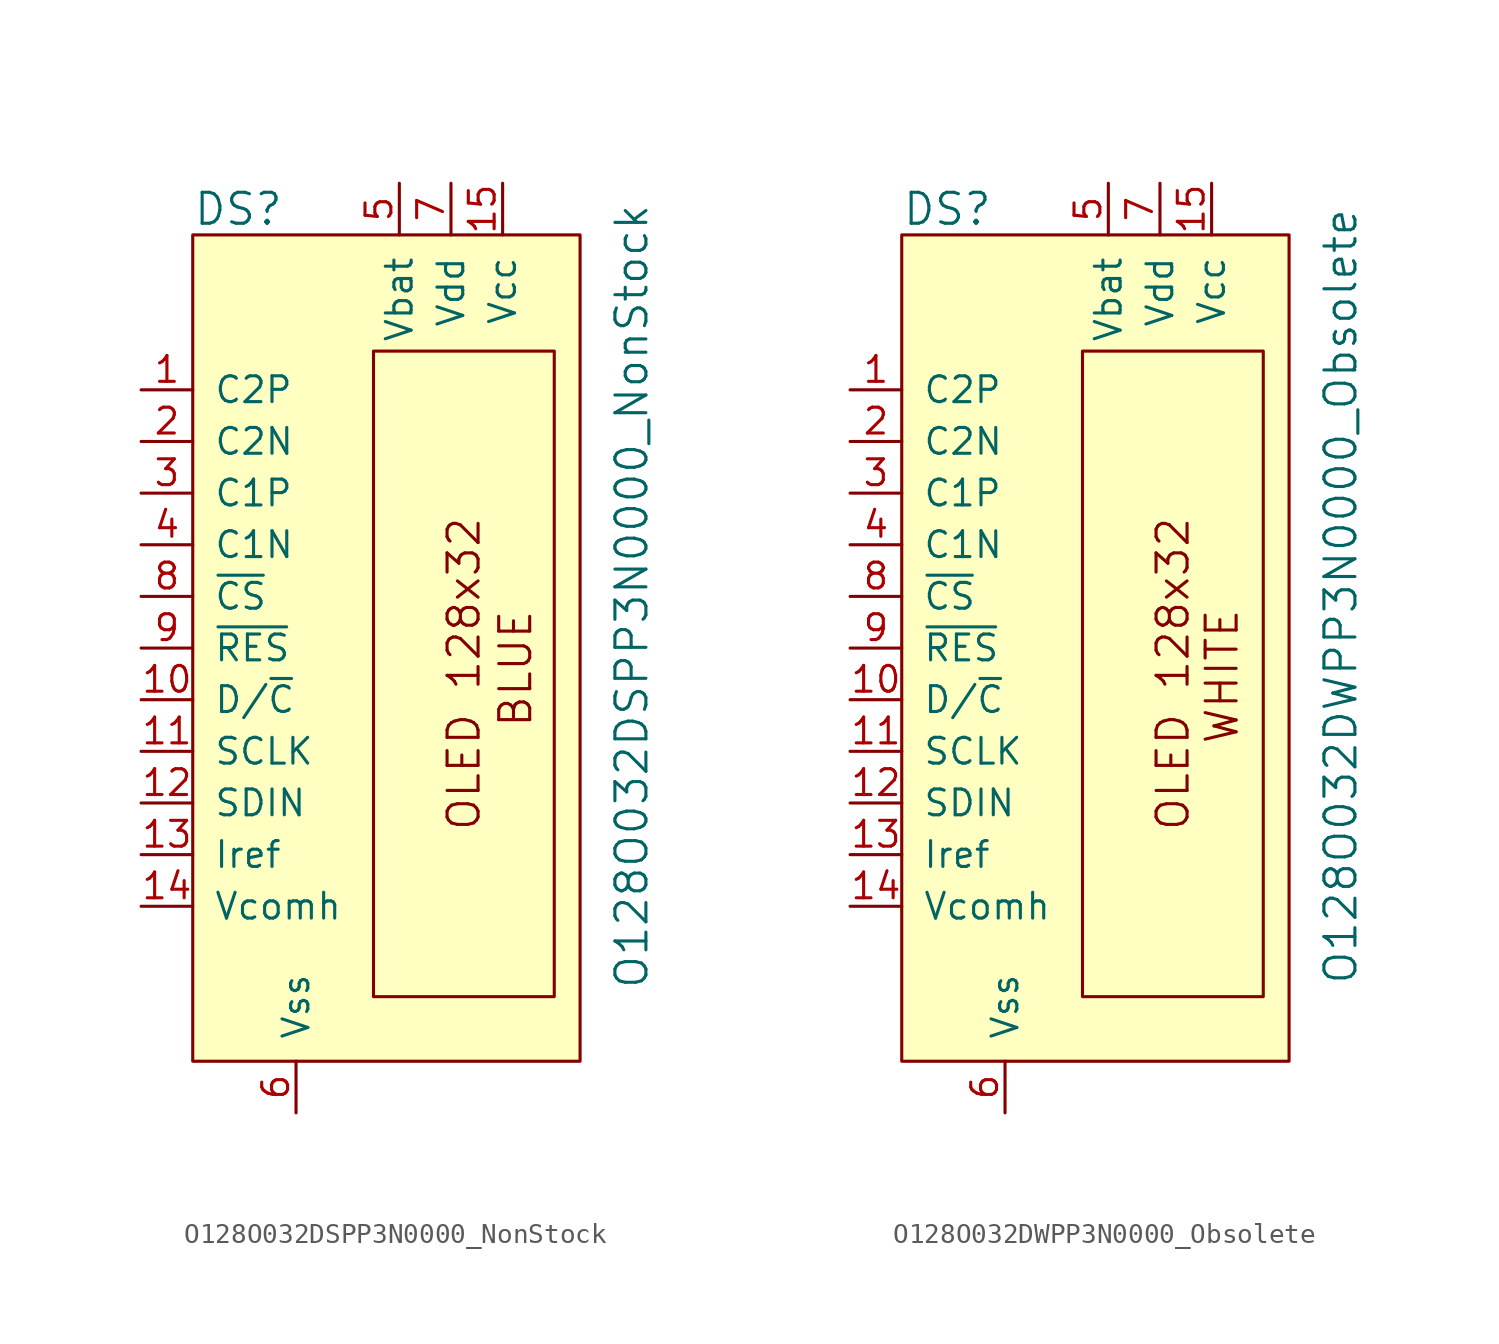
<source format=kicad_sym>
(kicad_symbol_lib
  (version 20231120)
  (generator "kicad_symbol_editor")
  (generator_version "8.0")
  (symbol "O128O032DSPP3N0000_NonStock"
    (pin_names
      (offset 1.016))
    (property "Reference" "DS"
      (at -17.78 19.05 0)
      (effects (font (size 1.524 1.524)) (justify left)))
    (property "Value" "O128O032DSPP3N0000_NonStock"
      (at 3.81 0 90)
      (effects (font (size 1.524 1.524))))
    (symbol "O128O032DSPP3N0000_NonStock_0_0"
      (text "BLUE" (at -1.905 -3.556 900) (effects (font (size 1.524 1.524))))
      (text "OLED 128x32" (at -4.445 -3.81 900) (effects (font (size 1.524 1.524)))))
    (symbol "O128O032DSPP3N0000_NonStock_0_1"
      (rectangle (start -17.78 -22.86) (end 1.27 17.78) (stroke (width 0) (type solid)) (fill (type background)))
      (rectangle (start -8.89 12.065) (end 0 -19.685) (stroke (width 0) (type solid)) (fill (type none))))
    (symbol "O128O032DSPP3N0000_NonStock_1_1"
      (pin passive line (at -20.32 10.16 0) (length 2.54) (name "C2P" (effects (font (size 1.27 1.27)))) (number "1" (effects (font (size 1.27 1.27)))))
      (pin input line (at -20.32 -5.08 0) (length 2.54) (name "D/~{C}" (effects (font (size 1.27 1.27)))) (number "10" (effects (font (size 1.27 1.27)))))
      (pin input line (at -20.32 -7.62 0) (length 2.54) (name "SCLK" (effects (font (size 1.27 1.27)))) (number "11" (effects (font (size 1.27 1.27)))))
      (pin input line (at -20.32 -10.16 0) (length 2.54) (name "SDIN" (effects (font (size 1.27 1.27)))) (number "12" (effects (font (size 1.27 1.27)))))
      (pin passive line (at -20.32 -12.7 0) (length 2.54) (name "Iref" (effects (font (size 1.27 1.27)))) (number "13" (effects (font (size 1.27 1.27)))))
      (pin input line (at -20.32 -15.24 0) (length 2.54) (name "Vcomh" (effects (font (size 1.27 1.27)))) (number "14" (effects (font (size 1.27 1.27)))))
      (pin input line (at -2.54 20.32 270) (length 2.54) (name "Vcc" (effects (font (size 1.27 1.27)))) (number "15" (effects (font (size 1.27 1.27)))))
      (pin passive line (at -20.32 7.62 0) (length 2.54) (name "C2N" (effects (font (size 1.27 1.27)))) (number "2" (effects (font (size 1.27 1.27)))))
      (pin passive line (at -20.32 5.08 0) (length 2.54) (name "C1P" (effects (font (size 1.27 1.27)))) (number "3" (effects (font (size 1.27 1.27)))))
      (pin passive line (at -20.32 2.54 0) (length 2.54) (name "C1N" (effects (font (size 1.27 1.27)))) (number "4" (effects (font (size 1.27 1.27)))))
      (pin power_in line (at -7.62 20.32 270) (length 2.54) (name "Vbat" (effects (font (size 1.27 1.27)))) (number "5" (effects (font (size 1.27 1.27)))))
      (pin power_in line (at -12.7 -25.4 90) (length 2.54) (name "Vss" (effects (font (size 1.27 1.27)))) (number "6" (effects (font (size 1.27 1.27)))))
      (pin power_in line (at -5.08 20.32 270) (length 2.54) (name "Vdd" (effects (font (size 1.27 1.27)))) (number "7" (effects (font (size 1.27 1.27)))))
      (pin input line (at -20.32 0 0) (length 2.54) (name "~{CS}" (effects (font (size 1.27 1.27)))) (number "8" (effects (font (size 1.27 1.27)))))
      (pin input line (at -20.32 -2.54 0) (length 2.54) (name "~{RES}" (effects (font (size 1.27 1.27)))) (number "9" (effects (font (size 1.27 1.27)))))))
  (symbol "O128O032DWPP3N0000_Obsolete"
    (pin_names
      (offset 1.016))
    (property "Reference" "DS"
      (at -17.78 19.05 0)
      (effects (font (size 1.524 1.524)) (justify left)))
    (property "Value" "O128O032DWPP3N0000_Obsolete"
      (at 3.81 0 90)
      (effects (font (size 1.524 1.524))))
    (symbol "O128O032DWPP3N0000_Obsolete_0_0"
      (text "OLED 128x32" (at -4.445 -3.81 900) (effects (font (size 1.524 1.524))))
      (text "WHITE" (at -2.032 -3.937 900) (effects (font (size 1.524 1.524)))))
    (symbol "O128O032DWPP3N0000_Obsolete_0_1"
      (rectangle (start -17.78 -22.86) (end 1.27 17.78) (stroke (width 0) (type solid)) (fill (type background)))
      (rectangle (start -8.89 12.065) (end 0 -19.685) (stroke (width 0) (type solid)) (fill (type none))))
    (symbol "O128O032DWPP3N0000_Obsolete_1_1"
      (pin passive line (at -20.32 10.16 0) (length 2.54) (name "C2P" (effects (font (size 1.27 1.27)))) (number "1" (effects (font (size 1.27 1.27)))))
      (pin input line (at -20.32 -5.08 0) (length 2.54) (name "D/~{C}" (effects (font (size 1.27 1.27)))) (number "10" (effects (font (size 1.27 1.27)))))
      (pin input line (at -20.32 -7.62 0) (length 2.54) (name "SCLK" (effects (font (size 1.27 1.27)))) (number "11" (effects (font (size 1.27 1.27)))))
      (pin input line (at -20.32 -10.16 0) (length 2.54) (name "SDIN" (effects (font (size 1.27 1.27)))) (number "12" (effects (font (size 1.27 1.27)))))
      (pin passive line (at -20.32 -12.7 0) (length 2.54) (name "Iref" (effects (font (size 1.27 1.27)))) (number "13" (effects (font (size 1.27 1.27)))))
      (pin input line (at -20.32 -15.24 0) (length 2.54) (name "Vcomh" (effects (font (size 1.27 1.27)))) (number "14" (effects (font (size 1.27 1.27)))))
      (pin input line (at -2.54 20.32 270) (length 2.54) (name "Vcc" (effects (font (size 1.27 1.27)))) (number "15" (effects (font (size 1.27 1.27)))))
      (pin passive line (at -20.32 7.62 0) (length 2.54) (name "C2N" (effects (font (size 1.27 1.27)))) (number "2" (effects (font (size 1.27 1.27)))))
      (pin passive line (at -20.32 5.08 0) (length 2.54) (name "C1P" (effects (font (size 1.27 1.27)))) (number "3" (effects (font (size 1.27 1.27)))))
      (pin passive line (at -20.32 2.54 0) (length 2.54) (name "C1N" (effects (font (size 1.27 1.27)))) (number "4" (effects (font (size 1.27 1.27)))))
      (pin power_in line (at -7.62 20.32 270) (length 2.54) (name "Vbat" (effects (font (size 1.27 1.27)))) (number "5" (effects (font (size 1.27 1.27)))))
      (pin power_in line (at -12.7 -25.4 90) (length 2.54) (name "Vss" (effects (font (size 1.27 1.27)))) (number "6" (effects (font (size 1.27 1.27)))))
      (pin power_in line (at -5.08 20.32 270) (length 2.54) (name "Vdd" (effects (font (size 1.27 1.27)))) (number "7" (effects (font (size 1.27 1.27)))))
      (pin input line (at -20.32 0 0) (length 2.54) (name "~{CS}" (effects (font (size 1.27 1.27)))) (number "8" (effects (font (size 1.27 1.27)))))
      (pin input line (at -20.32 -2.54 0) (length 2.54) (name "~{RES}" (effects (font (size 1.27 1.27)))) (number "9" (effects (font (size 1.27 1.27))))))))
</source>
